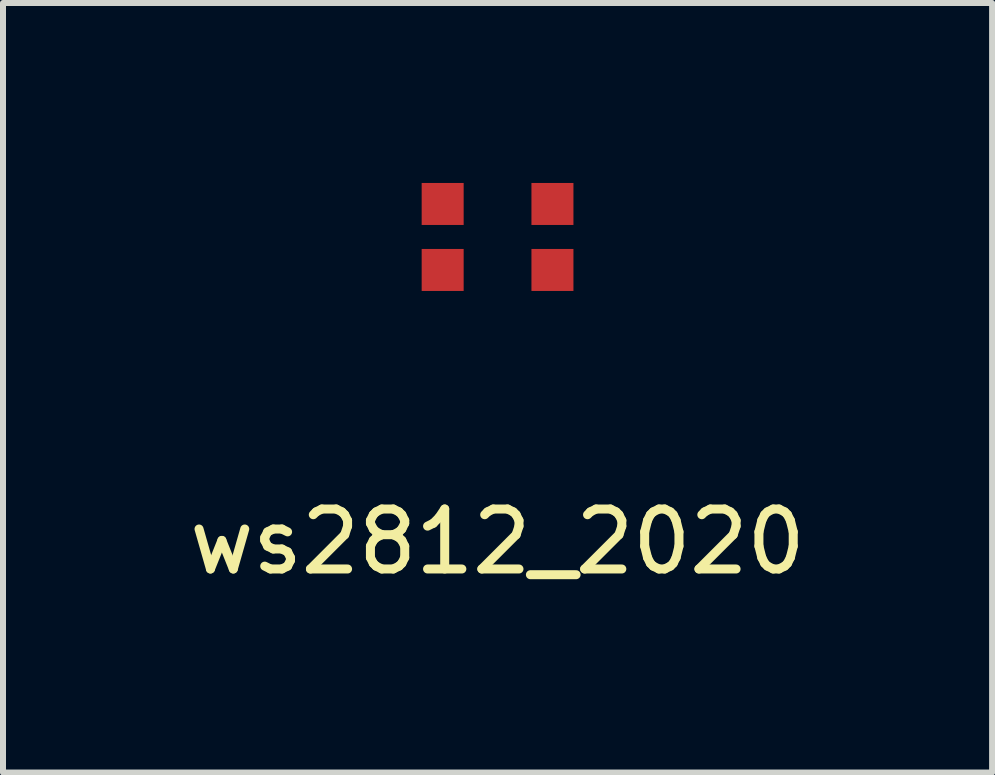
<source format=kicad_pcb>
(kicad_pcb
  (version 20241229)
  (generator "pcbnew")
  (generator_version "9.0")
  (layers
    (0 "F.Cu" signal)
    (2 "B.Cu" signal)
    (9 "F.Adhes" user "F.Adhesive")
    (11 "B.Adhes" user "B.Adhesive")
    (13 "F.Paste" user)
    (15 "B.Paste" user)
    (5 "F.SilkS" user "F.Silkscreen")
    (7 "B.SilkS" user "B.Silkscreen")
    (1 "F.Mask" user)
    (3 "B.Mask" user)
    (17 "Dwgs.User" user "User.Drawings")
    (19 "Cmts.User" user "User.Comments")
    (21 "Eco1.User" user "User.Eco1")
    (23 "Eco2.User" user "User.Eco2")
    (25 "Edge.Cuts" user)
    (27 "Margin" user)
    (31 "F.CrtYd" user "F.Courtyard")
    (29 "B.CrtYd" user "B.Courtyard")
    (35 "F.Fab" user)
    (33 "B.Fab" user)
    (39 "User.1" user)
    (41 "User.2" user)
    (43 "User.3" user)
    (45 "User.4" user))
  (footprint "ws2812_2020"
    (layer "F.Cu")
    (at 5.244 0.9)
    (property "Reference" "ws2812_2020" (at 0 5.08 0) (layer "F.SilkS") (effects (font (size 1 1) (thickness 0.15))))
    (attr through_hole)
    (pad "1" smd rect (at 0.915 0.55) (size 0.7 0.7) (layers "F.Cu" "F.Mask" "F.Paste"))
    (pad "2" smd rect (at 0.915 -0.55) (size 0.7 0.7) (layers "F.Cu" "F.Mask" "F.Paste"))
    (pad "3" smd rect (at -0.915 -0.55) (size 0.7 0.7) (layers "F.Cu" "F.Mask" "F.Paste"))
    (pad "4" smd rect (at -0.915 0.55) (size 0.7 0.7) (layers "F.Cu" "F.Mask" "F.Paste")))
  (gr_rect
    (start -3 -3)
    (end 13.488 9.828)
    (stroke (width 0.1) (type default))
    (fill no)
    (layer "Edge.Cuts")))
</source>
